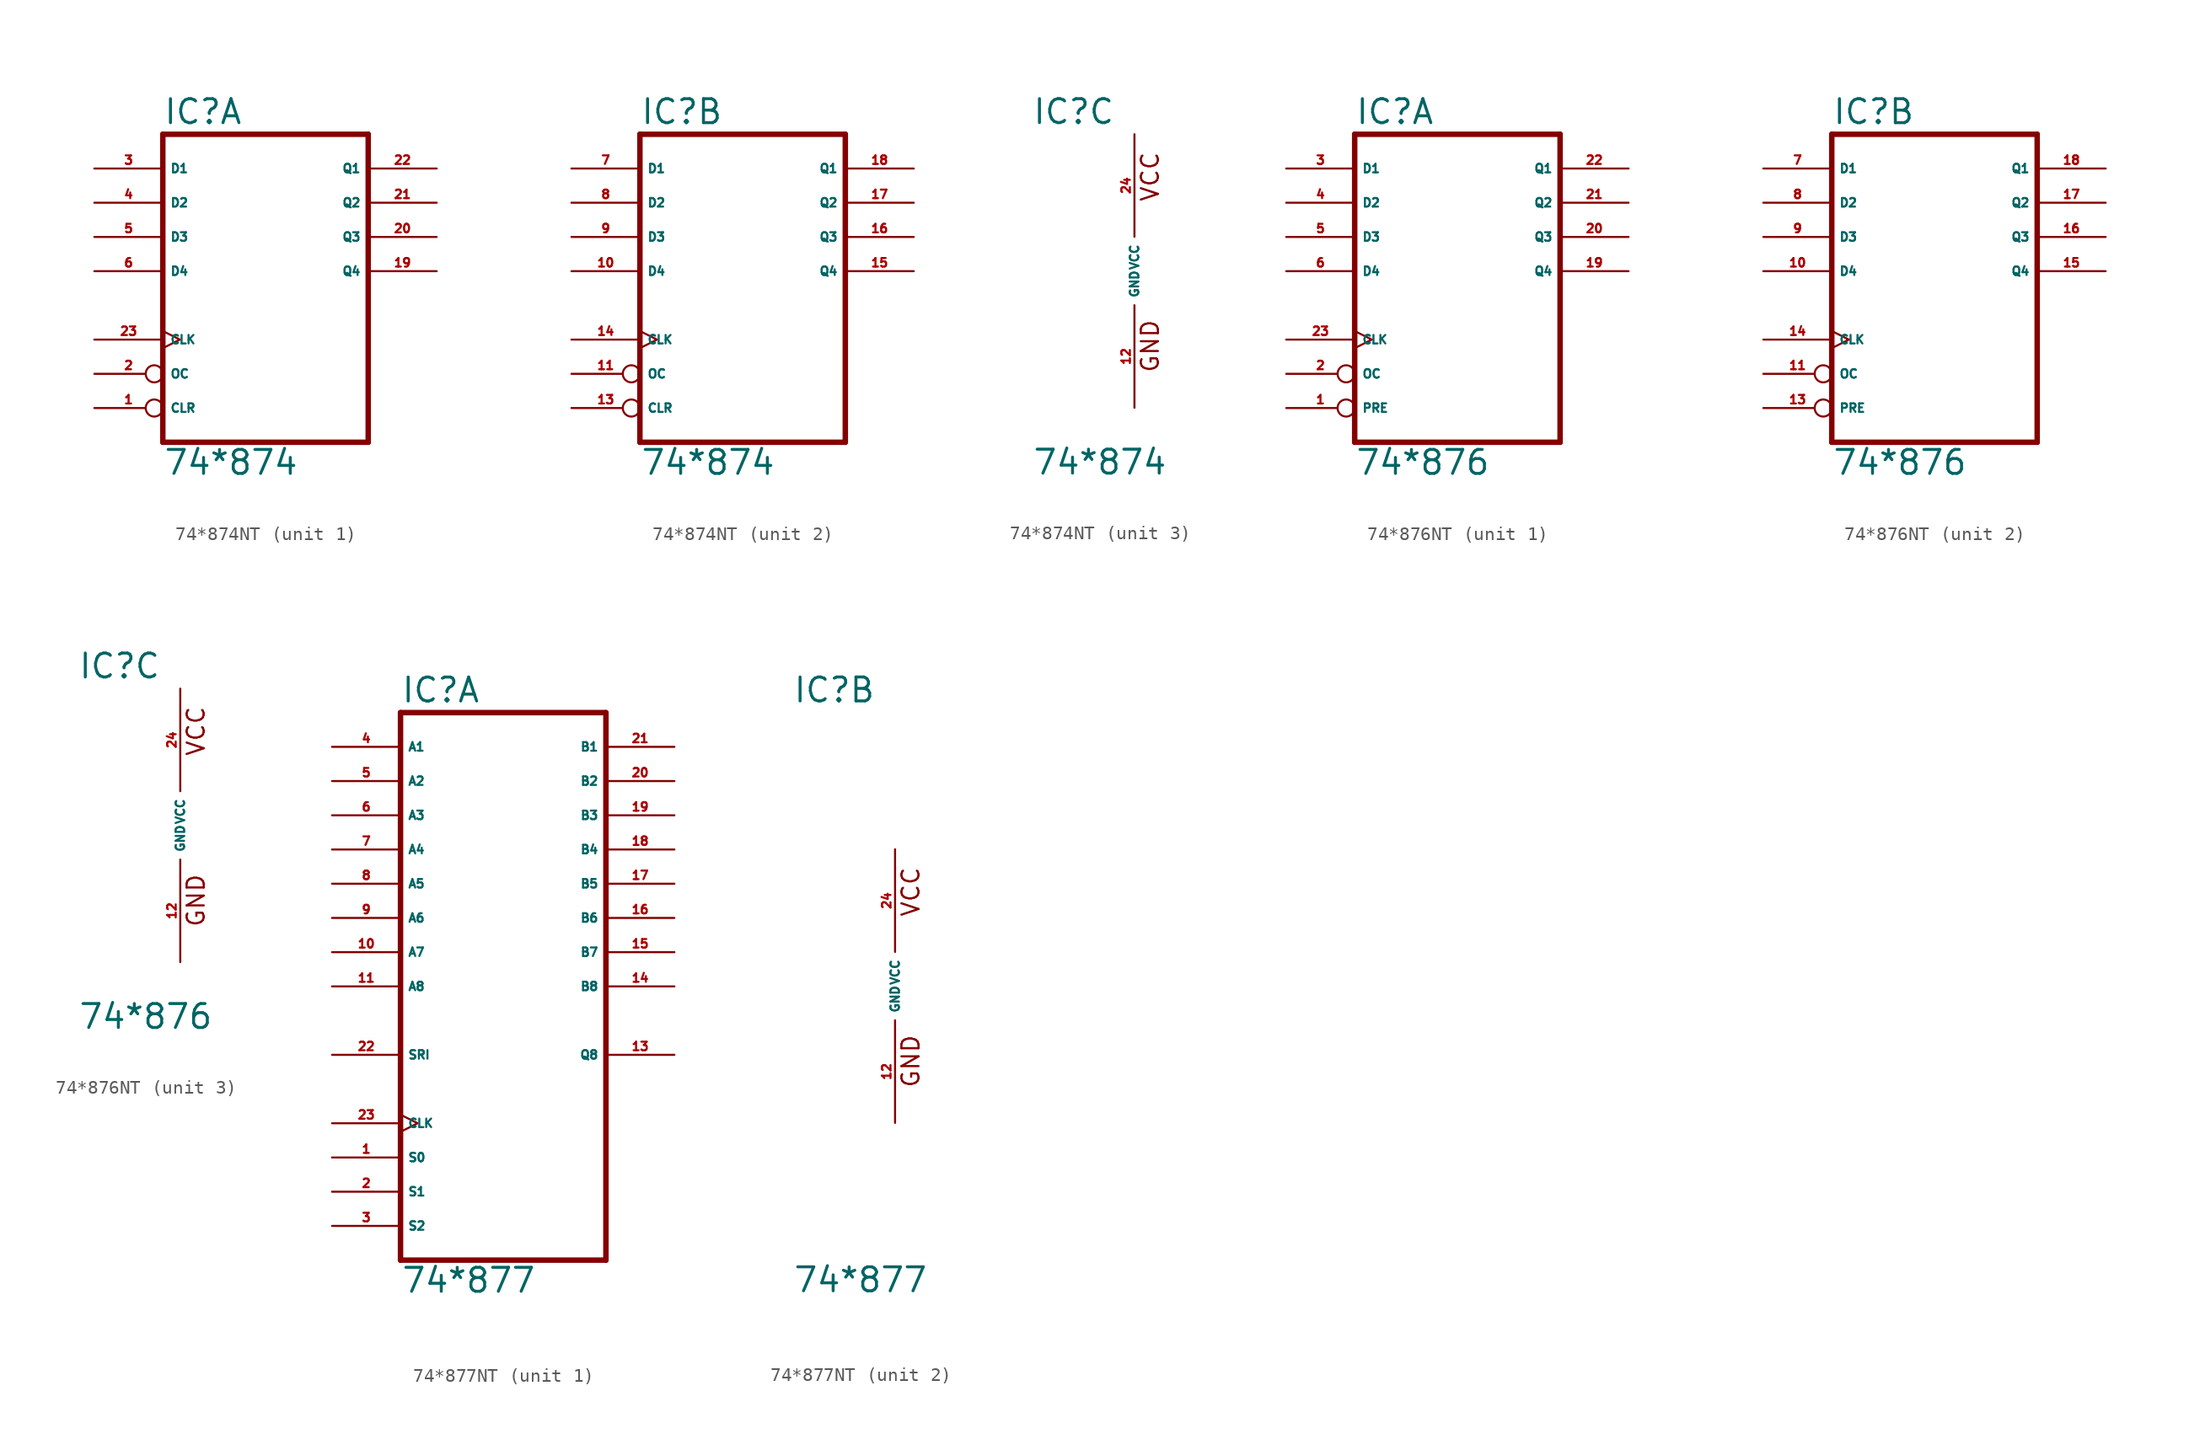
<source format=kicad_sym>
(kicad_symbol_lib
  (version 20220914)
  (generator Eagle2Kicad)
  (symbol "74*874NT"
    (property "Reference" "IC"
      (at -7.62 10.795 0)
      (effects (font (size 1.778 1.778) (thickness 0.22)) (justify left bottom)))
    (property "Value" "74*874"
      (at -7.62 -15.24 0)
      (effects (font (size 1.778 1.778) (thickness 0.22)) (justify left bottom)))
    (symbol "74*874NT_1_0"
      (polyline (pts (xy -7.62 -12.7) (xy 7.62 -12.7)) (stroke (width 0.406) (type default)) (fill (type none)))
      (polyline (pts (xy 7.62 -12.7) (xy 7.62 10.16)) (stroke (width 0.406) (type default)) (fill (type none)))
      (polyline (pts (xy 7.62 10.16) (xy -7.62 10.16)) (stroke (width 0.406) (type default)) (fill (type none)))
      (polyline (pts (xy -7.62 10.16) (xy -7.62 -12.7)) (stroke (width 0.406) (type default)) (fill (type none)))
      (pin input inverted (at -12.7 -10.16 0) (length 5.08) (name "CLR" (effects (font (size 0.635 0.635) (thickness 0.08)) (justify left bottom))) (number "1" (effects (font (size 0.635 0.635) (thickness 0.08)) (justify left bottom))))
      (pin input inverted (at -12.7 -7.62 0) (length 5.08) (name "OC" (effects (font (size 0.635 0.635) (thickness 0.08)) (justify left bottom))) (number "2" (effects (font (size 0.635 0.635) (thickness 0.08)) (justify left bottom))))
      (pin input line (at -12.7 7.62 0) (length 5.08) (name "D1" (effects (font (size 0.635 0.635) (thickness 0.08)) (justify left bottom))) (number "3" (effects (font (size 0.635 0.635) (thickness 0.08)) (justify left bottom))))
      (pin input line (at -12.7 5.08 0) (length 5.08) (name "D2" (effects (font (size 0.635 0.635) (thickness 0.08)) (justify left bottom))) (number "4" (effects (font (size 0.635 0.635) (thickness 0.08)) (justify left bottom))))
      (pin input line (at -12.7 2.54 0) (length 5.08) (name "D3" (effects (font (size 0.635 0.635) (thickness 0.08)) (justify left bottom))) (number "5" (effects (font (size 0.635 0.635) (thickness 0.08)) (justify left bottom))))
      (pin input line (at -12.7 0 0) (length 5.08) (name "D4" (effects (font (size 0.635 0.635) (thickness 0.08)) (justify left bottom))) (number "6" (effects (font (size 0.635 0.635) (thickness 0.08)) (justify left bottom))))
      (pin tri_state line (at 12.7 0 180) (length 5.08) (name "Q4" (effects (font (size 0.635 0.635) (thickness 0.08)) (justify left bottom))) (number "19" (effects (font (size 0.635 0.635) (thickness 0.08)) (justify left bottom))))
      (pin tri_state line (at 12.7 2.54 180) (length 5.08) (name "Q3" (effects (font (size 0.635 0.635) (thickness 0.08)) (justify left bottom))) (number "20" (effects (font (size 0.635 0.635) (thickness 0.08)) (justify left bottom))))
      (pin tri_state line (at 12.7 5.08 180) (length 5.08) (name "Q2" (effects (font (size 0.635 0.635) (thickness 0.08)) (justify left bottom))) (number "21" (effects (font (size 0.635 0.635) (thickness 0.08)) (justify left bottom))))
      (pin tri_state line (at 12.7 7.62 180) (length 5.08) (name "Q1" (effects (font (size 0.635 0.635) (thickness 0.08)) (justify left bottom))) (number "22" (effects (font (size 0.635 0.635) (thickness 0.08)) (justify left bottom))))
      (pin input clock (at -12.7 -5.08 0) (length 5.08) (name "CLK" (effects (font (size 0.635 0.635) (thickness 0.08)) (justify left bottom))) (number "23" (effects (font (size 0.635 0.635) (thickness 0.08)) (justify left bottom)))))
    (symbol "74*874NT_2_0"
      (polyline (pts (xy -7.62 -12.7) (xy 7.62 -12.7)) (stroke (width 0.406) (type default)) (fill (type none)))
      (polyline (pts (xy 7.62 -12.7) (xy 7.62 10.16)) (stroke (width 0.406) (type default)) (fill (type none)))
      (polyline (pts (xy 7.62 10.16) (xy -7.62 10.16)) (stroke (width 0.406) (type default)) (fill (type none)))
      (polyline (pts (xy -7.62 10.16) (xy -7.62 -12.7)) (stroke (width 0.406) (type default)) (fill (type none)))
      (pin input inverted (at -12.7 -10.16 0) (length 5.08) (name "CLR" (effects (font (size 0.635 0.635) (thickness 0.08)) (justify left bottom))) (number "13" (effects (font (size 0.635 0.635) (thickness 0.08)) (justify left bottom))))
      (pin input inverted (at -12.7 -7.62 0) (length 5.08) (name "OC" (effects (font (size 0.635 0.635) (thickness 0.08)) (justify left bottom))) (number "11" (effects (font (size 0.635 0.635) (thickness 0.08)) (justify left bottom))))
      (pin input line (at -12.7 7.62 0) (length 5.08) (name "D1" (effects (font (size 0.635 0.635) (thickness 0.08)) (justify left bottom))) (number "7" (effects (font (size 0.635 0.635) (thickness 0.08)) (justify left bottom))))
      (pin input line (at -12.7 5.08 0) (length 5.08) (name "D2" (effects (font (size 0.635 0.635) (thickness 0.08)) (justify left bottom))) (number "8" (effects (font (size 0.635 0.635) (thickness 0.08)) (justify left bottom))))
      (pin input line (at -12.7 2.54 0) (length 5.08) (name "D3" (effects (font (size 0.635 0.635) (thickness 0.08)) (justify left bottom))) (number "9" (effects (font (size 0.635 0.635) (thickness 0.08)) (justify left bottom))))
      (pin input line (at -12.7 0 0) (length 5.08) (name "D4" (effects (font (size 0.635 0.635) (thickness 0.08)) (justify left bottom))) (number "10" (effects (font (size 0.635 0.635) (thickness 0.08)) (justify left bottom))))
      (pin tri_state line (at 12.7 0 180) (length 5.08) (name "Q4" (effects (font (size 0.635 0.635) (thickness 0.08)) (justify left bottom))) (number "15" (effects (font (size 0.635 0.635) (thickness 0.08)) (justify left bottom))))
      (pin tri_state line (at 12.7 2.54 180) (length 5.08) (name "Q3" (effects (font (size 0.635 0.635) (thickness 0.08)) (justify left bottom))) (number "16" (effects (font (size 0.635 0.635) (thickness 0.08)) (justify left bottom))))
      (pin tri_state line (at 12.7 5.08 180) (length 5.08) (name "Q2" (effects (font (size 0.635 0.635) (thickness 0.08)) (justify left bottom))) (number "17" (effects (font (size 0.635 0.635) (thickness 0.08)) (justify left bottom))))
      (pin tri_state line (at 12.7 7.62 180) (length 5.08) (name "Q1" (effects (font (size 0.635 0.635) (thickness 0.08)) (justify left bottom))) (number "18" (effects (font (size 0.635 0.635) (thickness 0.08)) (justify left bottom))))
      (pin input clock (at -12.7 -5.08 0) (length 5.08) (name "CLK" (effects (font (size 0.635 0.635) (thickness 0.08)) (justify left bottom))) (number "14" (effects (font (size 0.635 0.635) (thickness 0.08)) (justify left bottom)))))
    (symbol "74*874NT_3_0"
      (text "GND" (at 1.905 -7.62 900) (effects (font (size 1.27 1.27) (thickness 0.16)) (justify left bottom)))
      (text "VCC" (at 1.905 5.08 900) (effects (font (size 1.27 1.27) (thickness 0.16)) (justify left bottom)))
      (pin unspecified line (at 0 -10.16 90) (length 7.62) (name "GND" (effects (font (size 0.635 0.635) (thickness 0.08)) (justify left bottom))) (number "12" (effects (font (size 0.635 0.635) (thickness 0.08)) (justify left bottom))))
      (pin unspecified line (at 0 10.16 270) (length 7.62) (name "VCC" (effects (font (size 0.635 0.635) (thickness 0.08)) (justify left bottom))) (number "24" (effects (font (size 0.635 0.635) (thickness 0.08)) (justify left bottom))))))
  (symbol "74*876NT"
    (property "Reference" "IC"
      (at -7.62 10.795 0)
      (effects (font (size 1.778 1.778) (thickness 0.22)) (justify left bottom)))
    (property "Value" "74*876"
      (at -7.62 -15.24 0)
      (effects (font (size 1.778 1.778) (thickness 0.22)) (justify left bottom)))
    (symbol "74*876NT_1_0"
      (polyline (pts (xy -7.62 -12.7) (xy 7.62 -12.7)) (stroke (width 0.406) (type default)) (fill (type none)))
      (polyline (pts (xy 7.62 -12.7) (xy 7.62 10.16)) (stroke (width 0.406) (type default)) (fill (type none)))
      (polyline (pts (xy 7.62 10.16) (xy -7.62 10.16)) (stroke (width 0.406) (type default)) (fill (type none)))
      (polyline (pts (xy -7.62 10.16) (xy -7.62 -12.7)) (stroke (width 0.406) (type default)) (fill (type none)))
      (pin input inverted (at -12.7 -10.16 0) (length 5.08) (name "PRE" (effects (font (size 0.635 0.635) (thickness 0.08)) (justify left bottom))) (number "1" (effects (font (size 0.635 0.635) (thickness 0.08)) (justify left bottom))))
      (pin input inverted (at -12.7 -7.62 0) (length 5.08) (name "OC" (effects (font (size 0.635 0.635) (thickness 0.08)) (justify left bottom))) (number "2" (effects (font (size 0.635 0.635) (thickness 0.08)) (justify left bottom))))
      (pin input line (at -12.7 7.62 0) (length 5.08) (name "D1" (effects (font (size 0.635 0.635) (thickness 0.08)) (justify left bottom))) (number "3" (effects (font (size 0.635 0.635) (thickness 0.08)) (justify left bottom))))
      (pin input line (at -12.7 5.08 0) (length 5.08) (name "D2" (effects (font (size 0.635 0.635) (thickness 0.08)) (justify left bottom))) (number "4" (effects (font (size 0.635 0.635) (thickness 0.08)) (justify left bottom))))
      (pin input line (at -12.7 2.54 0) (length 5.08) (name "D3" (effects (font (size 0.635 0.635) (thickness 0.08)) (justify left bottom))) (number "5" (effects (font (size 0.635 0.635) (thickness 0.08)) (justify left bottom))))
      (pin input line (at -12.7 0 0) (length 5.08) (name "D4" (effects (font (size 0.635 0.635) (thickness 0.08)) (justify left bottom))) (number "6" (effects (font (size 0.635 0.635) (thickness 0.08)) (justify left bottom))))
      (pin tri_state line (at 12.7 0 180) (length 5.08) (name "Q4" (effects (font (size 0.635 0.635) (thickness 0.08)) (justify left bottom))) (number "19" (effects (font (size 0.635 0.635) (thickness 0.08)) (justify left bottom))))
      (pin tri_state line (at 12.7 2.54 180) (length 5.08) (name "Q3" (effects (font (size 0.635 0.635) (thickness 0.08)) (justify left bottom))) (number "20" (effects (font (size 0.635 0.635) (thickness 0.08)) (justify left bottom))))
      (pin tri_state line (at 12.7 5.08 180) (length 5.08) (name "Q2" (effects (font (size 0.635 0.635) (thickness 0.08)) (justify left bottom))) (number "21" (effects (font (size 0.635 0.635) (thickness 0.08)) (justify left bottom))))
      (pin tri_state line (at 12.7 7.62 180) (length 5.08) (name "Q1" (effects (font (size 0.635 0.635) (thickness 0.08)) (justify left bottom))) (number "22" (effects (font (size 0.635 0.635) (thickness 0.08)) (justify left bottom))))
      (pin input clock (at -12.7 -5.08 0) (length 5.08) (name "CLK" (effects (font (size 0.635 0.635) (thickness 0.08)) (justify left bottom))) (number "23" (effects (font (size 0.635 0.635) (thickness 0.08)) (justify left bottom)))))
    (symbol "74*876NT_2_0"
      (polyline (pts (xy -7.62 -12.7) (xy 7.62 -12.7)) (stroke (width 0.406) (type default)) (fill (type none)))
      (polyline (pts (xy 7.62 -12.7) (xy 7.62 10.16)) (stroke (width 0.406) (type default)) (fill (type none)))
      (polyline (pts (xy 7.62 10.16) (xy -7.62 10.16)) (stroke (width 0.406) (type default)) (fill (type none)))
      (polyline (pts (xy -7.62 10.16) (xy -7.62 -12.7)) (stroke (width 0.406) (type default)) (fill (type none)))
      (pin input inverted (at -12.7 -10.16 0) (length 5.08) (name "PRE" (effects (font (size 0.635 0.635) (thickness 0.08)) (justify left bottom))) (number "13" (effects (font (size 0.635 0.635) (thickness 0.08)) (justify left bottom))))
      (pin input inverted (at -12.7 -7.62 0) (length 5.08) (name "OC" (effects (font (size 0.635 0.635) (thickness 0.08)) (justify left bottom))) (number "11" (effects (font (size 0.635 0.635) (thickness 0.08)) (justify left bottom))))
      (pin input line (at -12.7 7.62 0) (length 5.08) (name "D1" (effects (font (size 0.635 0.635) (thickness 0.08)) (justify left bottom))) (number "7" (effects (font (size 0.635 0.635) (thickness 0.08)) (justify left bottom))))
      (pin input line (at -12.7 5.08 0) (length 5.08) (name "D2" (effects (font (size 0.635 0.635) (thickness 0.08)) (justify left bottom))) (number "8" (effects (font (size 0.635 0.635) (thickness 0.08)) (justify left bottom))))
      (pin input line (at -12.7 2.54 0) (length 5.08) (name "D3" (effects (font (size 0.635 0.635) (thickness 0.08)) (justify left bottom))) (number "9" (effects (font (size 0.635 0.635) (thickness 0.08)) (justify left bottom))))
      (pin input line (at -12.7 0 0) (length 5.08) (name "D4" (effects (font (size 0.635 0.635) (thickness 0.08)) (justify left bottom))) (number "10" (effects (font (size 0.635 0.635) (thickness 0.08)) (justify left bottom))))
      (pin tri_state line (at 12.7 0 180) (length 5.08) (name "Q4" (effects (font (size 0.635 0.635) (thickness 0.08)) (justify left bottom))) (number "15" (effects (font (size 0.635 0.635) (thickness 0.08)) (justify left bottom))))
      (pin tri_state line (at 12.7 2.54 180) (length 5.08) (name "Q3" (effects (font (size 0.635 0.635) (thickness 0.08)) (justify left bottom))) (number "16" (effects (font (size 0.635 0.635) (thickness 0.08)) (justify left bottom))))
      (pin tri_state line (at 12.7 5.08 180) (length 5.08) (name "Q2" (effects (font (size 0.635 0.635) (thickness 0.08)) (justify left bottom))) (number "17" (effects (font (size 0.635 0.635) (thickness 0.08)) (justify left bottom))))
      (pin tri_state line (at 12.7 7.62 180) (length 5.08) (name "Q1" (effects (font (size 0.635 0.635) (thickness 0.08)) (justify left bottom))) (number "18" (effects (font (size 0.635 0.635) (thickness 0.08)) (justify left bottom))))
      (pin input clock (at -12.7 -5.08 0) (length 5.08) (name "CLK" (effects (font (size 0.635 0.635) (thickness 0.08)) (justify left bottom))) (number "14" (effects (font (size 0.635 0.635) (thickness 0.08)) (justify left bottom)))))
    (symbol "74*876NT_3_0"
      (text "GND" (at 1.905 -7.62 900) (effects (font (size 1.27 1.27) (thickness 0.16)) (justify left bottom)))
      (text "VCC" (at 1.905 5.08 900) (effects (font (size 1.27 1.27) (thickness 0.16)) (justify left bottom)))
      (pin unspecified line (at 0 -10.16 90) (length 7.62) (name "GND" (effects (font (size 0.635 0.635) (thickness 0.08)) (justify left bottom))) (number "12" (effects (font (size 0.635 0.635) (thickness 0.08)) (justify left bottom))))
      (pin unspecified line (at 0 10.16 270) (length 7.62) (name "VCC" (effects (font (size 0.635 0.635) (thickness 0.08)) (justify left bottom))) (number "24" (effects (font (size 0.635 0.635) (thickness 0.08)) (justify left bottom))))))
  (symbol "74*877NT"
    (property "Reference" "IC"
      (at -7.62 20.955 0)
      (effects (font (size 1.778 1.778) (thickness 0.22)) (justify left bottom)))
    (property "Value" "74*877"
      (at -7.62 -22.86 0)
      (effects (font (size 1.778 1.778) (thickness 0.22)) (justify left bottom)))
    (symbol "74*877NT_1_0"
      (polyline (pts (xy -7.62 -20.32) (xy 7.62 -20.32)) (stroke (width 0.406) (type default)) (fill (type none)))
      (polyline (pts (xy 7.62 -20.32) (xy 7.62 20.32)) (stroke (width 0.406) (type default)) (fill (type none)))
      (polyline (pts (xy 7.62 20.32) (xy -7.62 20.32)) (stroke (width 0.406) (type default)) (fill (type none)))
      (polyline (pts (xy -7.62 20.32) (xy -7.62 -20.32)) (stroke (width 0.406) (type default)) (fill (type none)))
      (pin input line (at -12.7 -12.7 0) (length 5.08) (name "S0" (effects (font (size 0.635 0.635) (thickness 0.08)) (justify left bottom))) (number "1" (effects (font (size 0.635 0.635) (thickness 0.08)) (justify left bottom))))
      (pin input line (at -12.7 -15.24 0) (length 5.08) (name "S1" (effects (font (size 0.635 0.635) (thickness 0.08)) (justify left bottom))) (number "2" (effects (font (size 0.635 0.635) (thickness 0.08)) (justify left bottom))))
      (pin input line (at -12.7 -17.78 0) (length 5.08) (name "S2" (effects (font (size 0.635 0.635) (thickness 0.08)) (justify left bottom))) (number "3" (effects (font (size 0.635 0.635) (thickness 0.08)) (justify left bottom))))
      (pin bidirectional line (at -12.7 17.78 0) (length 5.08) (name "A1" (effects (font (size 0.635 0.635) (thickness 0.08)) (justify left bottom))) (number "4" (effects (font (size 0.635 0.635) (thickness 0.08)) (justify left bottom))))
      (pin bidirectional line (at -12.7 15.24 0) (length 5.08) (name "A2" (effects (font (size 0.635 0.635) (thickness 0.08)) (justify left bottom))) (number "5" (effects (font (size 0.635 0.635) (thickness 0.08)) (justify left bottom))))
      (pin bidirectional line (at -12.7 12.7 0) (length 5.08) (name "A3" (effects (font (size 0.635 0.635) (thickness 0.08)) (justify left bottom))) (number "6" (effects (font (size 0.635 0.635) (thickness 0.08)) (justify left bottom))))
      (pin bidirectional line (at -12.7 10.16 0) (length 5.08) (name "A4" (effects (font (size 0.635 0.635) (thickness 0.08)) (justify left bottom))) (number "7" (effects (font (size 0.635 0.635) (thickness 0.08)) (justify left bottom))))
      (pin bidirectional line (at -12.7 7.62 0) (length 5.08) (name "A5" (effects (font (size 0.635 0.635) (thickness 0.08)) (justify left bottom))) (number "8" (effects (font (size 0.635 0.635) (thickness 0.08)) (justify left bottom))))
      (pin bidirectional line (at -12.7 5.08 0) (length 5.08) (name "A6" (effects (font (size 0.635 0.635) (thickness 0.08)) (justify left bottom))) (number "9" (effects (font (size 0.635 0.635) (thickness 0.08)) (justify left bottom))))
      (pin bidirectional line (at -12.7 2.54 0) (length 5.08) (name "A7" (effects (font (size 0.635 0.635) (thickness 0.08)) (justify left bottom))) (number "10" (effects (font (size 0.635 0.635) (thickness 0.08)) (justify left bottom))))
      (pin bidirectional line (at -12.7 0 0) (length 5.08) (name "A8" (effects (font (size 0.635 0.635) (thickness 0.08)) (justify left bottom))) (number "11" (effects (font (size 0.635 0.635) (thickness 0.08)) (justify left bottom))))
      (pin tri_state line (at 12.7 -5.08 180) (length 5.08) (name "Q8" (effects (font (size 0.635 0.635) (thickness 0.08)) (justify left bottom))) (number "13" (effects (font (size 0.635 0.635) (thickness 0.08)) (justify left bottom))))
      (pin bidirectional line (at 12.7 0 180) (length 5.08) (name "B8" (effects (font (size 0.635 0.635) (thickness 0.08)) (justify left bottom))) (number "14" (effects (font (size 0.635 0.635) (thickness 0.08)) (justify left bottom))))
      (pin bidirectional line (at 12.7 2.54 180) (length 5.08) (name "B7" (effects (font (size 0.635 0.635) (thickness 0.08)) (justify left bottom))) (number "15" (effects (font (size 0.635 0.635) (thickness 0.08)) (justify left bottom))))
      (pin bidirectional line (at 12.7 5.08 180) (length 5.08) (name "B6" (effects (font (size 0.635 0.635) (thickness 0.08)) (justify left bottom))) (number "16" (effects (font (size 0.635 0.635) (thickness 0.08)) (justify left bottom))))
      (pin bidirectional line (at 12.7 7.62 180) (length 5.08) (name "B5" (effects (font (size 0.635 0.635) (thickness 0.08)) (justify left bottom))) (number "17" (effects (font (size 0.635 0.635) (thickness 0.08)) (justify left bottom))))
      (pin bidirectional line (at 12.7 10.16 180) (length 5.08) (name "B4" (effects (font (size 0.635 0.635) (thickness 0.08)) (justify left bottom))) (number "18" (effects (font (size 0.635 0.635) (thickness 0.08)) (justify left bottom))))
      (pin bidirectional line (at 12.7 12.7 180) (length 5.08) (name "B3" (effects (font (size 0.635 0.635) (thickness 0.08)) (justify left bottom))) (number "19" (effects (font (size 0.635 0.635) (thickness 0.08)) (justify left bottom))))
      (pin bidirectional line (at 12.7 15.24 180) (length 5.08) (name "B2" (effects (font (size 0.635 0.635) (thickness 0.08)) (justify left bottom))) (number "20" (effects (font (size 0.635 0.635) (thickness 0.08)) (justify left bottom))))
      (pin bidirectional line (at 12.7 17.78 180) (length 5.08) (name "B1" (effects (font (size 0.635 0.635) (thickness 0.08)) (justify left bottom))) (number "21" (effects (font (size 0.635 0.635) (thickness 0.08)) (justify left bottom))))
      (pin input line (at -12.7 -5.08 0) (length 5.08) (name "SRI" (effects (font (size 0.635 0.635) (thickness 0.08)) (justify left bottom))) (number "22" (effects (font (size 0.635 0.635) (thickness 0.08)) (justify left bottom))))
      (pin input clock (at -12.7 -10.16 0) (length 5.08) (name "CLK" (effects (font (size 0.635 0.635) (thickness 0.08)) (justify left bottom))) (number "23" (effects (font (size 0.635 0.635) (thickness 0.08)) (justify left bottom)))))
    (symbol "74*877NT_2_0"
      (text "GND" (at 1.905 -7.62 900) (effects (font (size 1.27 1.27) (thickness 0.16)) (justify left bottom)))
      (text "VCC" (at 1.905 5.08 900) (effects (font (size 1.27 1.27) (thickness 0.16)) (justify left bottom)))
      (pin unspecified line (at 0 -10.16 90) (length 7.62) (name "GND" (effects (font (size 0.635 0.635) (thickness 0.08)) (justify left bottom))) (number "12" (effects (font (size 0.635 0.635) (thickness 0.08)) (justify left bottom))))
      (pin unspecified line (at 0 10.16 270) (length 7.62) (name "VCC" (effects (font (size 0.635 0.635) (thickness 0.08)) (justify left bottom))) (number "24" (effects (font (size 0.635 0.635) (thickness 0.08)) (justify left bottom)))))))
</source>
